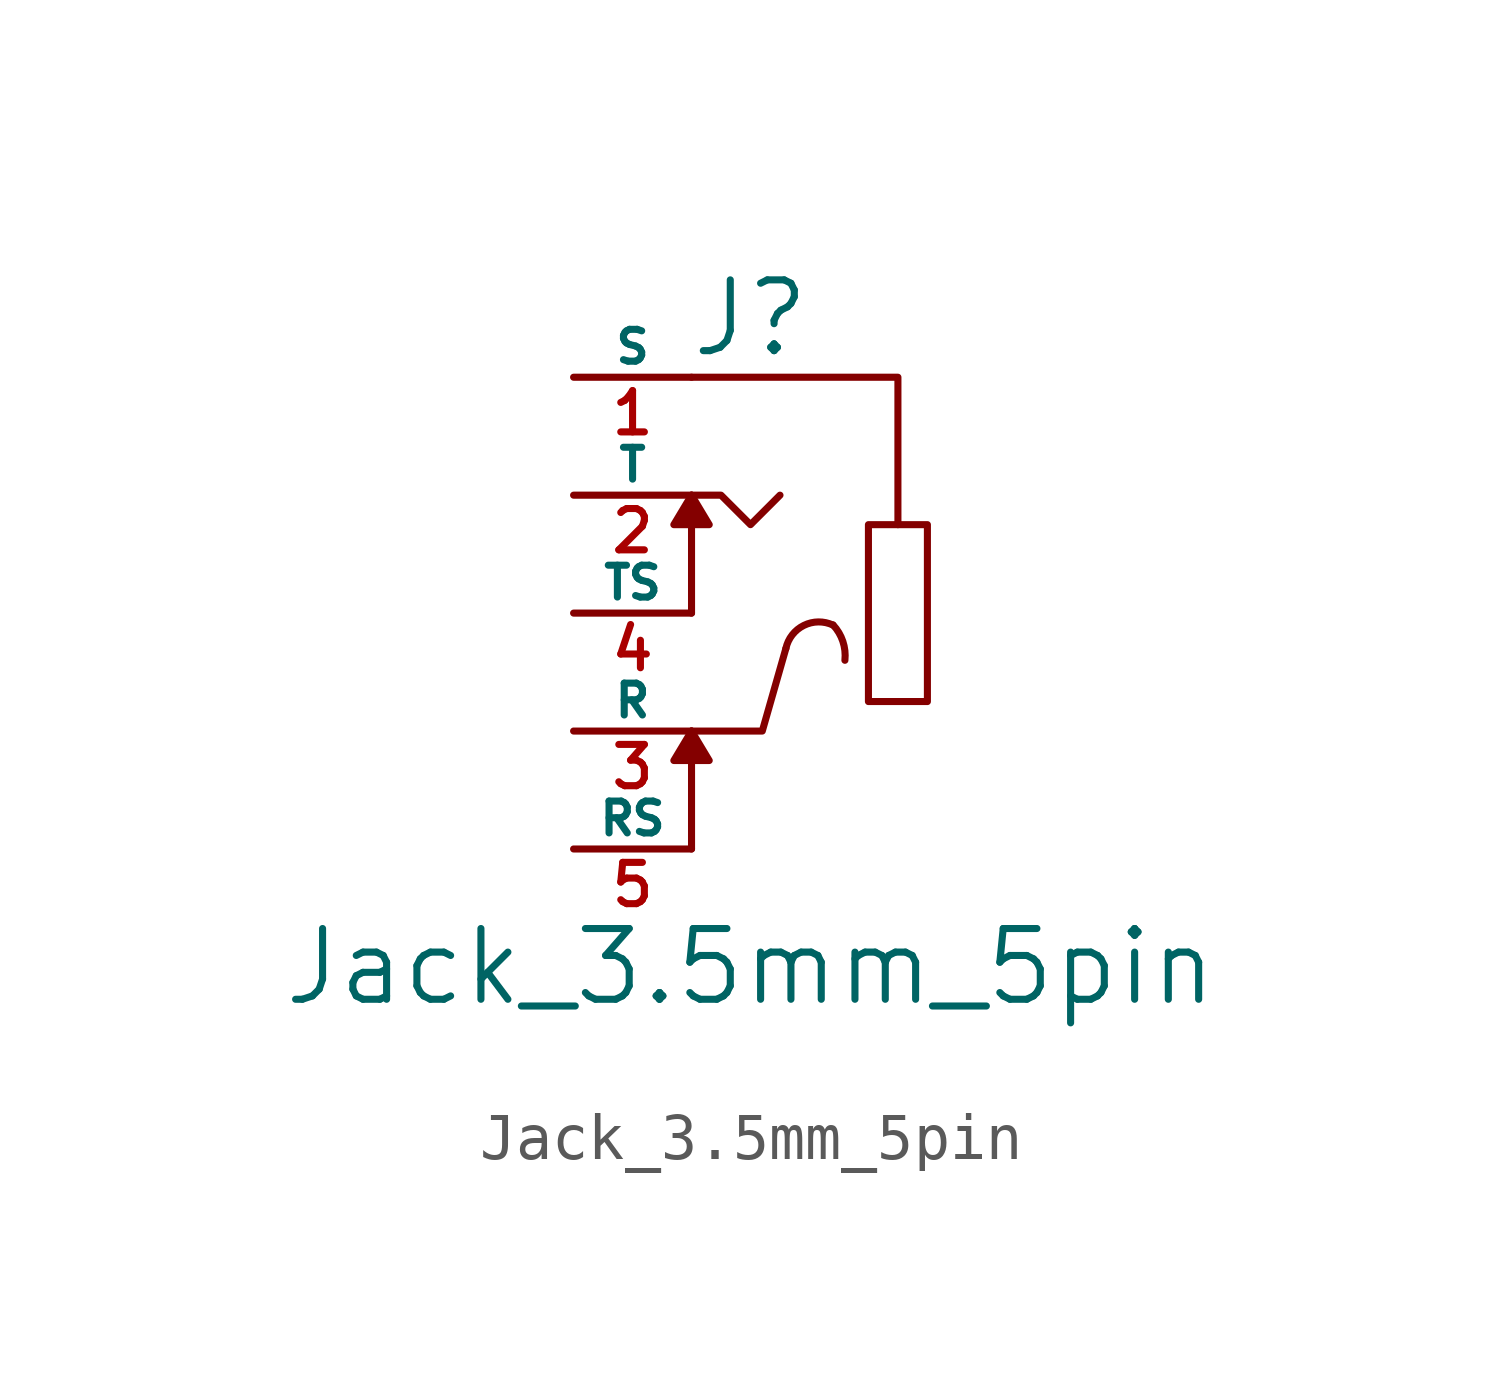
<source format=kicad_sym>
(kicad_symbol_lib
  (version 20201005)
  (generator kicad_symbol_editor)
  (symbol "Jack_3.5mm_5pin"
    (pin_names
      (offset 0))
    (property "Reference" "J"
      (at 0 6.35 0)
      (effects (font (size 1.524 1.524))))
    (property "Value" "Jack_3.5mm_5pin"
      (at 0 -7.62 0)
      (effects (font (size 1.524 1.524))))
    (property "Footprint" ""
      (at 0 1.27 0)
      (effects (font (size 1.524 1.524))))
    (property "Datasheet" ""
      (at 0 1.27 0)
      (effects (font (size 1.524 1.524))))
    (symbol "Jack_3.5mm_5pin_0_1"
      (arc (start 1.778 -0.254) (end 2.032 -1.016) (radius (at 1.0668 -0.9144) (length 0.9652) (angles -137.1 173.9)) (stroke (width 0)) (fill (type none)))
      (arc (start 1.778 -0.254) (end 0.762 -0.762) (radius (at 1.4732 -0.9144) (length 0.7366) (angles -114.7 -12)) (stroke (width 0)) (fill (type none)))
      (rectangle (start 2.54 1.905) (end 3.81 -1.905) (stroke (width 0)) (fill (type none)))
      (polyline (pts (xy -1.27 -5.08) (xy -1.27 -2.54)) (stroke (width 0)) (fill (type none)))
      (polyline (pts (xy -1.27 0) (xy -1.27 2.54)) (stroke (width 0)) (fill (type none)))
      (polyline (pts (xy -1.27 5.08) (xy 3.175 5.08) (xy 3.175 1.905)) (stroke (width 0)) (fill (type none)))
      (polyline (pts (xy 0.762 -0.762) (xy 0.254 -2.54) (xy -1.27 -2.54)) (stroke (width 0)) (fill (type none)))
      (polyline (pts (xy -1.27 2.54) (xy -0.635 2.54) (xy 0 1.905) (xy 0.635 2.54)) (stroke (width 0)) (fill (type none)))
      (polyline (pts (xy -1.27 -2.54) (xy -1.651 -3.175) (xy -0.889 -3.175) (xy -1.27 -2.54)) (stroke (width 0)) (fill (type outline)))
      (polyline (pts (xy -1.27 2.54) (xy -1.651 1.905) (xy -0.889 1.905) (xy -1.27 2.54)) (stroke (width 0)) (fill (type outline))))
    (symbol "Jack_3.5mm_5pin_1_1"
      (pin passive line (at -3.81 5.08 0) (length 2.54) (name "S" (effects (font (size 0.686 0.686)))) (number "1" (effects (font (size 0.889 0.889)))))
      (pin passive line (at -3.81 2.54 0) (length 2.54) (name "T" (effects (font (size 0.686 0.686)))) (number "2" (effects (font (size 0.889 0.889)))))
      (pin passive line (at -3.81 -2.54 0) (length 2.54) (name "R" (effects (font (size 0.686 0.686)))) (number "3" (effects (font (size 0.889 0.889)))))
      (pin passive line (at -3.81 0 0) (length 2.54) (name "TS" (effects (font (size 0.686 0.686)))) (number "4" (effects (font (size 0.889 0.889)))))
      (pin passive line (at -3.81 -5.08 0) (length 2.54) (name "RS" (effects (font (size 0.686 0.686)))) (number "5" (effects (font (size 0.889 0.889))))))))
</source>
